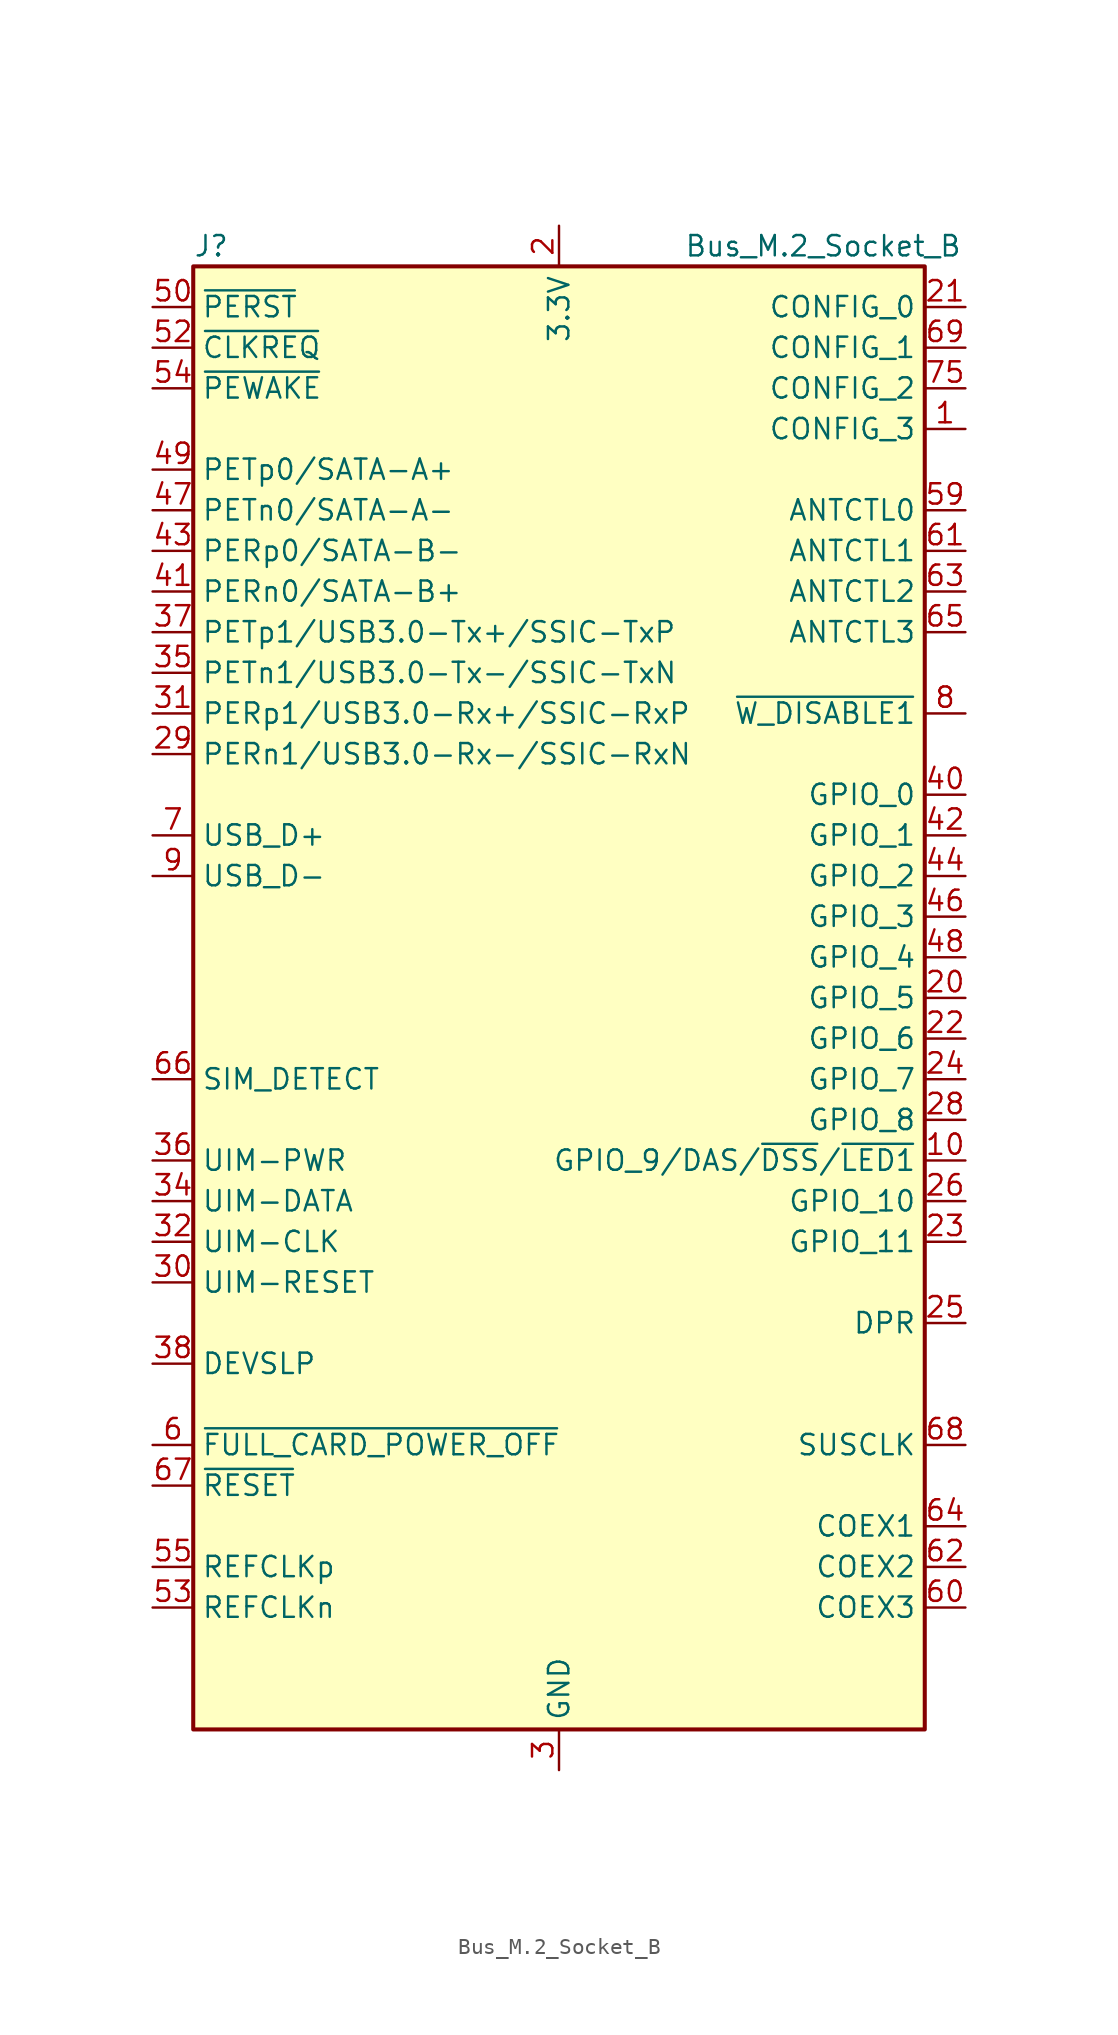
<source format=kicad_sym>
(kicad_symbol_lib
  (version 20241209)
  (generator "kicad_symbol_editor")
  (generator_version "9.0")
  (symbol "Bus_M.2_Socket_B"
    (property "Reference" "J"
      (at -22.86 46.99 0)
      (effects (font (size 1.27 1.27)) (justify left)))
    (property "Value" "Bus_M.2_Socket_B"
      (at 16.51 46.99 0)
      (effects (font (size 1.27 1.27))))
    (symbol "Bus_M.2_Socket_B_0_1"
      (rectangle (start -22.86 45.72) (end 22.86 -45.72) (stroke (width 0.254) (type default)) (fill (type background))))
    (symbol "Bus_M.2_Socket_B_1_1"
      (pin output line (at -25.4 43.18 0) (length 2.54) (name "~{PERST}" (effects (font (size 1.27 1.27)))) (number "50" (effects (font (size 1.27 1.27)))))
      (pin bidirectional line (at -25.4 40.64 0) (length 2.54) (name "~{CLKREQ}" (effects (font (size 1.27 1.27)))) (number "52" (effects (font (size 1.27 1.27)))))
      (pin bidirectional line (at -25.4 38.1 0) (length 2.54) (name "~{PEWAKE}" (effects (font (size 1.27 1.27)))) (number "54" (effects (font (size 1.27 1.27)))))
      (pin output line (at -25.4 33.02 0) (length 2.54) (name "PETp0/SATA-A+" (effects (font (size 1.27 1.27)))) (number "49" (effects (font (size 1.27 1.27)))))
      (pin output line (at -25.4 30.48 0) (length 2.54) (name "PETn0/SATA-A-" (effects (font (size 1.27 1.27)))) (number "47" (effects (font (size 1.27 1.27)))))
      (pin input line (at -25.4 27.94 0) (length 2.54) (name "PERp0/SATA-B-" (effects (font (size 1.27 1.27)))) (number "43" (effects (font (size 1.27 1.27)))))
      (pin input line (at -25.4 25.4 0) (length 2.54) (name "PERn0/SATA-B+" (effects (font (size 1.27 1.27)))) (number "41" (effects (font (size 1.27 1.27)))))
      (pin output line (at -25.4 22.86 0) (length 2.54) (name "PETp1/USB3.0-Tx+/SSIC-TxP" (effects (font (size 1.27 1.27)))) (number "37" (effects (font (size 1.27 1.27)))))
      (pin output line (at -25.4 20.32 0) (length 2.54) (name "PETn1/USB3.0-Tx-/SSIC-TxN" (effects (font (size 1.27 1.27)))) (number "35" (effects (font (size 1.27 1.27)))))
      (pin input line (at -25.4 17.78 0) (length 2.54) (name "PERp1/USB3.0-Rx+/SSIC-RxP" (effects (font (size 1.27 1.27)))) (number "31" (effects (font (size 1.27 1.27)))))
      (pin input line (at -25.4 15.24 0) (length 2.54) (name "PERn1/USB3.0-Rx-/SSIC-RxN" (effects (font (size 1.27 1.27)))) (number "29" (effects (font (size 1.27 1.27)))))
      (pin bidirectional line (at -25.4 10.16 0) (length 2.54) (name "USB_D+" (effects (font (size 1.27 1.27)))) (number "7" (effects (font (size 1.27 1.27)))))
      (pin bidirectional line (at -25.4 7.62 0) (length 2.54) (name "USB_D-" (effects (font (size 1.27 1.27)))) (number "9" (effects (font (size 1.27 1.27)))))
      (pin output line (at -25.4 -5.08 0) (length 2.54) (name "SIM_DETECT" (effects (font (size 1.27 1.27)))) (number "66" (effects (font (size 1.27 1.27)))))
      (pin input line (at -25.4 -10.16 0) (length 2.54) (name "UIM-PWR" (effects (font (size 1.27 1.27)))) (number "36" (effects (font (size 1.27 1.27)))))
      (pin bidirectional line (at -25.4 -12.7 0) (length 2.54) (name "UIM-DATA" (effects (font (size 1.27 1.27)))) (number "34" (effects (font (size 1.27 1.27)))))
      (pin input line (at -25.4 -15.24 0) (length 2.54) (name "UIM-CLK" (effects (font (size 1.27 1.27)))) (number "32" (effects (font (size 1.27 1.27)))))
      (pin input line (at -25.4 -17.78 0) (length 2.54) (name "UIM-RESET" (effects (font (size 1.27 1.27)))) (number "30" (effects (font (size 1.27 1.27)))))
      (pin output line (at -25.4 -22.86 0) (length 2.54) (name "DEVSLP" (effects (font (size 1.27 1.27)))) (number "38" (effects (font (size 1.27 1.27)))))
      (pin output line (at -25.4 -27.94 0) (length 2.54) (name "~{FULL_CARD_POWER_OFF}" (effects (font (size 1.27 1.27)))) (number "6" (effects (font (size 1.27 1.27)))))
      (pin output line (at -25.4 -30.48 0) (length 2.54) (name "~{RESET}" (effects (font (size 1.27 1.27)))) (number "67" (effects (font (size 1.27 1.27)))))
      (pin output line (at -25.4 -35.56 0) (length 2.54) (name "REFCLKp" (effects (font (size 1.27 1.27)))) (number "55" (effects (font (size 1.27 1.27)))))
      (pin output line (at -25.4 -38.1 0) (length 2.54) (name "REFCLKn" (effects (font (size 1.27 1.27)))) (number "53" (effects (font (size 1.27 1.27)))))
      (pin power_in line (at 0 48.26 270) (length 2.54) (name "3.3V" (effects (font (size 1.27 1.27)))) (number "2" (effects (font (size 1.27 1.27)))))
      (pin passive line (at 0 48.26 270) (length 2.54) (hide yes) (name "3.3V" (effects (font (size 1.27 1.27)))) (number "4" (effects (font (size 1.27 1.27)))))
      (pin passive line (at 0 48.26 270) (length 2.54) (hide yes) (name "3.3V" (effects (font (size 1.27 1.27)))) (number "70" (effects (font (size 1.27 1.27)))))
      (pin passive line (at 0 48.26 270) (length 2.54) (hide yes) (name "3.3V" (effects (font (size 1.27 1.27)))) (number "72" (effects (font (size 1.27 1.27)))))
      (pin passive line (at 0 48.26 270) (length 2.54) (hide yes) (name "3.3V" (effects (font (size 1.27 1.27)))) (number "74" (effects (font (size 1.27 1.27)))))
      (pin passive line (at 0 -48.26 90) (length 2.54) (hide yes) (name "GND" (effects (font (size 1.27 1.27)))) (number "11" (effects (font (size 1.27 1.27)))))
      (pin passive line (at 0 -48.26 90) (length 2.54) (hide yes) (name "GND" (effects (font (size 1.27 1.27)))) (number "27" (effects (font (size 1.27 1.27)))))
      (pin power_in line (at 0 -48.26 90) (length 2.54) (name "GND" (effects (font (size 1.27 1.27)))) (number "3" (effects (font (size 1.27 1.27)))))
      (pin passive line (at 0 -48.26 90) (length 2.54) (hide yes) (name "GND" (effects (font (size 1.27 1.27)))) (number "33" (effects (font (size 1.27 1.27)))))
      (pin passive line (at 0 -48.26 90) (length 2.54) (hide yes) (name "GND" (effects (font (size 1.27 1.27)))) (number "39" (effects (font (size 1.27 1.27)))))
      (pin passive line (at 0 -48.26 90) (length 2.54) (hide yes) (name "GND" (effects (font (size 1.27 1.27)))) (number "45" (effects (font (size 1.27 1.27)))))
      (pin passive line (at 0 -48.26 90) (length 2.54) (hide yes) (name "GND" (effects (font (size 1.27 1.27)))) (number "5" (effects (font (size 1.27 1.27)))))
      (pin passive line (at 0 -48.26 90) (length 2.54) (hide yes) (name "GND" (effects (font (size 1.27 1.27)))) (number "51" (effects (font (size 1.27 1.27)))))
      (pin passive line (at 0 -48.26 90) (length 2.54) (hide yes) (name "GND" (effects (font (size 1.27 1.27)))) (number "57" (effects (font (size 1.27 1.27)))))
      (pin passive line (at 0 -48.26 90) (length 2.54) (hide yes) (name "GND" (effects (font (size 1.27 1.27)))) (number "71" (effects (font (size 1.27 1.27)))))
      (pin passive line (at 0 -48.26 90) (length 2.54) (hide yes) (name "GND" (effects (font (size 1.27 1.27)))) (number "73" (effects (font (size 1.27 1.27)))))
      (pin no_connect line (at 22.86 -40.64 180) (length 2.54) (hide yes) (name "NC" (effects (font (size 1.27 1.27)))) (number "58" (effects (font (size 1.27 1.27)))))
      (pin no_connect line (at 22.86 -43.18 180) (length 2.54) (hide yes) (name "NC" (effects (font (size 1.27 1.27)))) (number "56" (effects (font (size 1.27 1.27)))))
      (pin input line (at 25.4 43.18 180) (length 2.54) (name "CONFIG_0" (effects (font (size 1.27 1.27)))) (number "21" (effects (font (size 1.27 1.27)))))
      (pin input line (at 25.4 40.64 180) (length 2.54) (name "CONFIG_1" (effects (font (size 1.27 1.27)))) (number "69" (effects (font (size 1.27 1.27)))))
      (pin input line (at 25.4 38.1 180) (length 2.54) (name "CONFIG_2" (effects (font (size 1.27 1.27)))) (number "75" (effects (font (size 1.27 1.27)))))
      (pin input line (at 25.4 35.56 180) (length 2.54) (name "CONFIG_3" (effects (font (size 1.27 1.27)))) (number "1" (effects (font (size 1.27 1.27)))))
      (pin input line (at 25.4 30.48 180) (length 2.54) (name "ANTCTL0" (effects (font (size 1.27 1.27)))) (number "59" (effects (font (size 1.27 1.27)))))
      (pin input line (at 25.4 27.94 180) (length 2.54) (name "ANTCTL1" (effects (font (size 1.27 1.27)))) (number "61" (effects (font (size 1.27 1.27)))))
      (pin input line (at 25.4 25.4 180) (length 2.54) (name "ANTCTL2" (effects (font (size 1.27 1.27)))) (number "63" (effects (font (size 1.27 1.27)))))
      (pin input line (at 25.4 22.86 180) (length 2.54) (name "ANTCTL3" (effects (font (size 1.27 1.27)))) (number "65" (effects (font (size 1.27 1.27)))))
      (pin output line (at 25.4 17.78 180) (length 2.54) (name "~{W_DISABLE1}" (effects (font (size 1.27 1.27)))) (number "8" (effects (font (size 1.27 1.27)))))
      (pin bidirectional line (at 25.4 12.7 180) (length 2.54) (name "GPIO_0" (effects (font (size 1.27 1.27)))) (number "40" (effects (font (size 1.27 1.27)))))
      (pin bidirectional line (at 25.4 10.16 180) (length 2.54) (name "GPIO_1" (effects (font (size 1.27 1.27)))) (number "42" (effects (font (size 1.27 1.27)))))
      (pin bidirectional line (at 25.4 7.62 180) (length 2.54) (name "GPIO_2" (effects (font (size 1.27 1.27)))) (number "44" (effects (font (size 1.27 1.27)))))
      (pin bidirectional line (at 25.4 5.08 180) (length 2.54) (name "GPIO_3" (effects (font (size 1.27 1.27)))) (number "46" (effects (font (size 1.27 1.27)))))
      (pin bidirectional line (at 25.4 2.54 180) (length 2.54) (name "GPIO_4" (effects (font (size 1.27 1.27)))) (number "48" (effects (font (size 1.27 1.27)))))
      (pin bidirectional line (at 25.4 0 180) (length 2.54) (name "GPIO_5" (effects (font (size 1.27 1.27)))) (number "20" (effects (font (size 1.27 1.27)))))
      (pin bidirectional line (at 25.4 -2.54 180) (length 2.54) (name "GPIO_6" (effects (font (size 1.27 1.27)))) (number "22" (effects (font (size 1.27 1.27)))))
      (pin bidirectional line (at 25.4 -5.08 180) (length 2.54) (name "GPIO_7" (effects (font (size 1.27 1.27)))) (number "24" (effects (font (size 1.27 1.27)))))
      (pin bidirectional line (at 25.4 -7.62 180) (length 2.54) (name "GPIO_8" (effects (font (size 1.27 1.27)))) (number "28" (effects (font (size 1.27 1.27)))))
      (pin bidirectional line (at 25.4 -10.16 180) (length 2.54) (name "GPIO_9/DAS/~{DSS}/~{LED1}" (effects (font (size 1.27 1.27)))) (number "10" (effects (font (size 1.27 1.27)))))
      (pin bidirectional line (at 25.4 -12.7 180) (length 2.54) (name "GPIO_10" (effects (font (size 1.27 1.27)))) (number "26" (effects (font (size 1.27 1.27)))))
      (pin bidirectional line (at 25.4 -15.24 180) (length 2.54) (name "GPIO_11" (effects (font (size 1.27 1.27)))) (number "23" (effects (font (size 1.27 1.27)))))
      (pin output line (at 25.4 -20.32 180) (length 2.54) (name "DPR" (effects (font (size 1.27 1.27)))) (number "25" (effects (font (size 1.27 1.27)))))
      (pin output line (at 25.4 -27.94 180) (length 2.54) (name "SUSCLK" (effects (font (size 1.27 1.27)))) (number "68" (effects (font (size 1.27 1.27)))))
      (pin bidirectional line (at 25.4 -33.02 180) (length 2.54) (name "COEX1" (effects (font (size 1.27 1.27)))) (number "64" (effects (font (size 1.27 1.27)))))
      (pin bidirectional line (at 25.4 -35.56 180) (length 2.54) (name "COEX2" (effects (font (size 1.27 1.27)))) (number "62" (effects (font (size 1.27 1.27)))))
      (pin bidirectional line (at 25.4 -38.1 180) (length 2.54) (name "COEX3" (effects (font (size 1.27 1.27)))) (number "60" (effects (font (size 1.27 1.27))))))))
</source>
